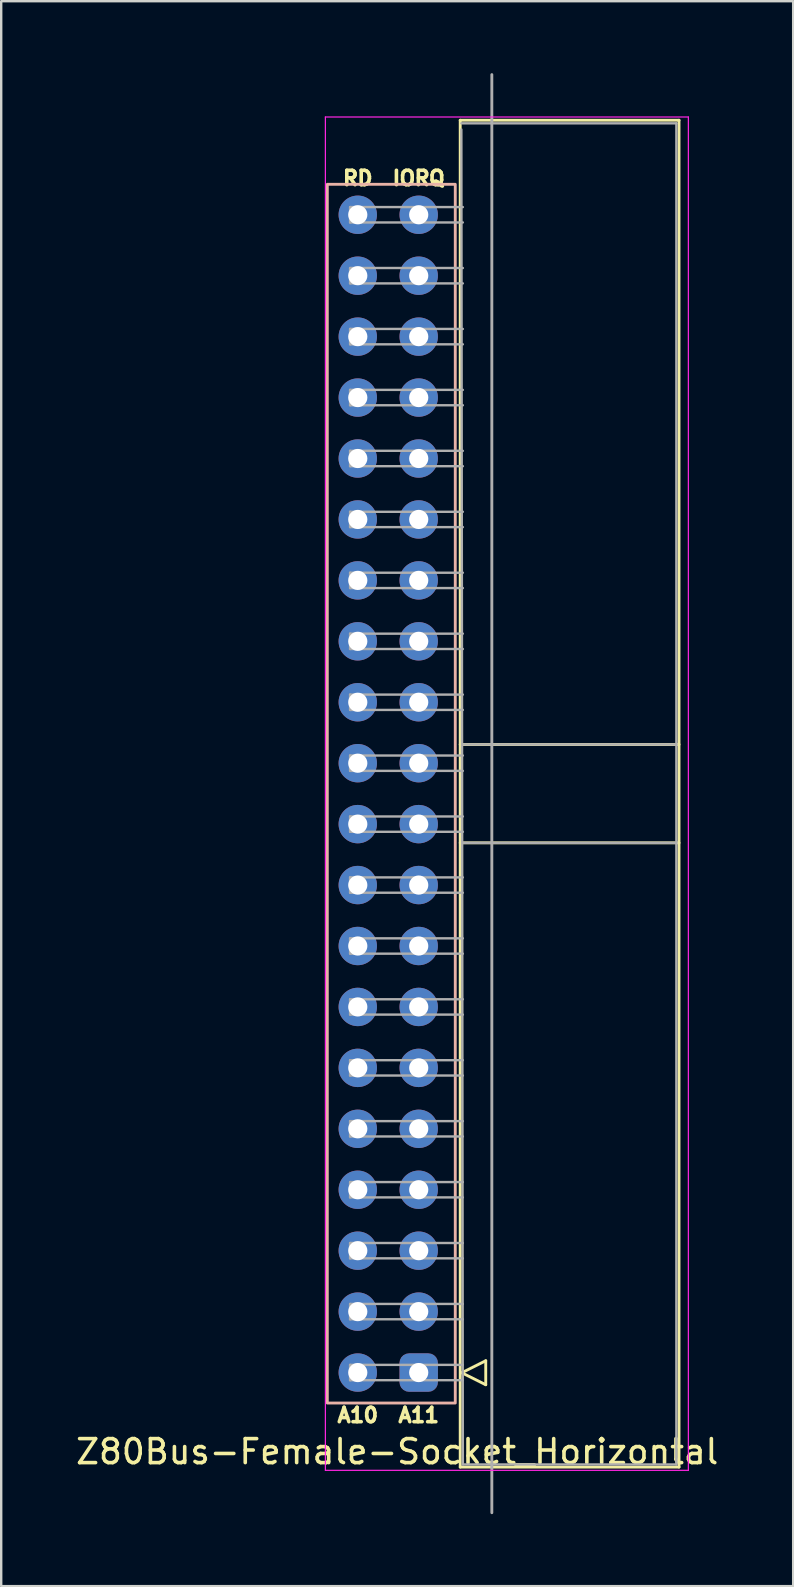
<source format=kicad_pcb>
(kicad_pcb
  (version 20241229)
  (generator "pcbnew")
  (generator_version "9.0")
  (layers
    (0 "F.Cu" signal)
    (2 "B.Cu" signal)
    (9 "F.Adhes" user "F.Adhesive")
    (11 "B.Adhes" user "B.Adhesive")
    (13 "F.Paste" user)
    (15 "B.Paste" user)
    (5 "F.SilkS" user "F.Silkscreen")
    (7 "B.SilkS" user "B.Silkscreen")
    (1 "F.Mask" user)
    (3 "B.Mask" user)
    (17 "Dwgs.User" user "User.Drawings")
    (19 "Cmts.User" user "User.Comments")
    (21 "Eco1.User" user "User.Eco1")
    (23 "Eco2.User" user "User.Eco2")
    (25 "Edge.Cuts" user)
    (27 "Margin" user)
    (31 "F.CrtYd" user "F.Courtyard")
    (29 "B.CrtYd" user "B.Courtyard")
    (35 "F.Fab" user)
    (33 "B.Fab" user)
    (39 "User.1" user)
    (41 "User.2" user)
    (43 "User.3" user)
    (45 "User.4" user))
  (footprint "Z80Bus-Female-Socket_Horizontal"
    (layer "F.Cu")
    (at 13.133 30.032)
    (property "Reference" "Z80Bus-Female-Socket_Horizontal" (at 0.373 27.428 0) (layer "F.SilkS") (effects (font (size 1 1) (thickness 0.15))))
    (attr through_hole)
    (fp_line (start 3 -28.07) (end 12.12 -28.07) (stroke (width 0.12) (type solid)) (layer "F.SilkS"))
    (fp_line (start 3 -2.05) (end 12.12 -2.05) (stroke (width 0.12) (type solid)) (layer "F.SilkS"))
    (fp_line (start 3 2.05) (end 12.12 2.05) (stroke (width 0.12) (type solid)) (layer "F.SilkS"))
    (fp_line (start 3 28.07) (end 3 -28.07) (stroke (width 0.12) (type solid)) (layer "F.SilkS"))
    (fp_line (start 3.064 24.138) (end 4.064 24.638) (stroke (width 0.12) (type solid)) (layer "F.SilkS"))
    (fp_line (start 4.064 23.638) (end 3.064 24.138) (stroke (width 0.12) (type solid)) (layer "F.SilkS"))
    (fp_line (start 4.064 24.638) (end 4.064 23.638) (stroke (width 0.12) (type solid)) (layer "F.SilkS"))
    (fp_line (start 12.12 -28.07) (end 12.12 28.07) (stroke (width 0.12) (type solid)) (layer "F.SilkS"))
    (fp_line (start 12.12 28.07) (end 3 28.07) (stroke (width 0.12) (type solid)) (layer "F.SilkS"))
    (fp_rect (start -2.54 -25.4) (end 2.794 25.4) (stroke (width 0.12) (type solid)) (fill no) (layer "B.SilkS"))
    (fp_line (start -2.62 -28.206) (end -2.62 28.206) (stroke (width 0.05) (type solid)) (layer "F.CrtYd"))
    (fp_line (start -2.62 28.206) (end 12.51 28.206) (stroke (width 0.05) (type solid)) (layer "F.CrtYd"))
    (fp_line (start 12.51 -28.206) (end -2.62 -28.206) (stroke (width 0.05) (type solid)) (layer "F.CrtYd"))
    (fp_line (start 12.51 28.206) (end 12.51 -28.206) (stroke (width 0.05) (type solid)) (layer "F.CrtYd"))
    (fp_line (start -1.59 -24.45) (end -1.59 -23.81) (stroke (width 0.1) (type solid)) (layer "F.Fab"))
    (fp_line (start -1.59 -23.81) (end 3.11 -23.81) (stroke (width 0.1) (type solid)) (layer "F.Fab"))
    (fp_line (start -1.59 -21.91) (end -1.59 -21.27) (stroke (width 0.1) (type solid)) (layer "F.Fab"))
    (fp_line (start -1.59 -21.27) (end 3.11 -21.27) (stroke (width 0.1) (type solid)) (layer "F.Fab"))
    (fp_line (start -1.59 -19.37) (end -1.59 -18.73) (stroke (width 0.1) (type solid)) (layer "F.Fab"))
    (fp_line (start -1.59 -18.73) (end 3.11 -18.73) (stroke (width 0.1) (type solid)) (layer "F.Fab"))
    (fp_line (start -1.59 -16.83) (end -1.59 -16.19) (stroke (width 0.1) (type solid)) (layer "F.Fab"))
    (fp_line (start -1.59 -16.19) (end 3.11 -16.19) (stroke (width 0.1) (type solid)) (layer "F.Fab"))
    (fp_line (start -1.59 -14.29) (end -1.59 -13.65) (stroke (width 0.1) (type solid)) (layer "F.Fab"))
    (fp_line (start -1.59 -13.65) (end 3.11 -13.65) (stroke (width 0.1) (type solid)) (layer "F.Fab"))
    (fp_line (start -1.59 -11.75) (end -1.59 -11.11) (stroke (width 0.1) (type solid)) (layer "F.Fab"))
    (fp_line (start -1.59 -11.11) (end 3.11 -11.11) (stroke (width 0.1) (type solid)) (layer "F.Fab"))
    (fp_line (start -1.59 -9.21) (end -1.59 -8.57) (stroke (width 0.1) (type solid)) (layer "F.Fab"))
    (fp_line (start -1.59 -8.57) (end 3.11 -8.57) (stroke (width 0.1) (type solid)) (layer "F.Fab"))
    (fp_line (start -1.59 -6.67) (end -1.59 -6.03) (stroke (width 0.1) (type solid)) (layer "F.Fab"))
    (fp_line (start -1.59 -6.03) (end 3.11 -6.03) (stroke (width 0.1) (type solid)) (layer "F.Fab"))
    (fp_line (start -1.59 -4.13) (end -1.59 -3.49) (stroke (width 0.1) (type solid)) (layer "F.Fab"))
    (fp_line (start -1.59 -3.49) (end 3.11 -3.49) (stroke (width 0.1) (type solid)) (layer "F.Fab"))
    (fp_line (start -1.59 -1.59) (end -1.59 -0.95) (stroke (width 0.1) (type solid)) (layer "F.Fab"))
    (fp_line (start -1.59 -0.95) (end 3.11 -0.95) (stroke (width 0.1) (type solid)) (layer "F.Fab"))
    (fp_line (start -1.59 0.95) (end -1.59 1.59) (stroke (width 0.1) (type solid)) (layer "F.Fab"))
    (fp_line (start -1.59 1.59) (end 3.11 1.59) (stroke (width 0.1) (type solid)) (layer "F.Fab"))
    (fp_line (start -1.59 3.49) (end -1.59 4.13) (stroke (width 0.1) (type solid)) (layer "F.Fab"))
    (fp_line (start -1.59 4.13) (end 3.11 4.13) (stroke (width 0.1) (type solid)) (layer "F.Fab"))
    (fp_line (start -1.59 6.03) (end -1.59 6.67) (stroke (width 0.1) (type solid)) (layer "F.Fab"))
    (fp_line (start -1.59 6.67) (end 3.11 6.67) (stroke (width 0.1) (type solid)) (layer "F.Fab"))
    (fp_line (start -1.59 8.57) (end -1.59 9.21) (stroke (width 0.1) (type solid)) (layer "F.Fab"))
    (fp_line (start -1.59 9.21) (end 3.11 9.21) (stroke (width 0.1) (type solid)) (layer "F.Fab"))
    (fp_line (start -1.59 11.11) (end -1.59 11.75) (stroke (width 0.1) (type solid)) (layer "F.Fab"))
    (fp_line (start -1.59 11.75) (end 3.11 11.75) (stroke (width 0.1) (type solid)) (layer "F.Fab"))
    (fp_line (start -1.59 13.65) (end -1.59 14.29) (stroke (width 0.1) (type solid)) (layer "F.Fab"))
    (fp_line (start -1.59 14.29) (end 3.11 14.29) (stroke (width 0.1) (type solid)) (layer "F.Fab"))
    (fp_line (start -1.59 16.19) (end -1.59 16.83) (stroke (width 0.1) (type solid)) (layer "F.Fab"))
    (fp_line (start -1.59 16.83) (end 3.11 16.83) (stroke (width 0.1) (type solid)) (layer "F.Fab"))
    (fp_line (start -1.59 18.73) (end -1.59 19.37) (stroke (width 0.1) (type solid)) (layer "F.Fab"))
    (fp_line (start -1.59 19.37) (end 3.11 19.37) (stroke (width 0.1) (type solid)) (layer "F.Fab"))
    (fp_line (start -1.59 21.27) (end -1.59 21.91) (stroke (width 0.1) (type solid)) (layer "F.Fab"))
    (fp_line (start -1.59 21.91) (end 3.11 21.91) (stroke (width 0.1) (type solid)) (layer "F.Fab"))
    (fp_line (start -1.59 23.81) (end -1.59 24.45) (stroke (width 0.1) (type solid)) (layer "F.Fab"))
    (fp_line (start -1.59 24.45) (end 3.11 24.45) (stroke (width 0.1) (type solid)) (layer "F.Fab"))
    (fp_line (start 3.048 -27.94) (end 12.01 -27.94) (stroke (width 0.1) (type solid)) (layer "F.Fab"))
    (fp_line (start 3.11 -24.45) (end -1.59 -24.45) (stroke (width 0.1) (type solid)) (layer "F.Fab"))
    (fp_line (start 3.11 -21.91) (end -1.59 -21.91) (stroke (width 0.1) (type solid)) (layer "F.Fab"))
    (fp_line (start 3.11 -19.37) (end -1.59 -19.37) (stroke (width 0.1) (type solid)) (layer "F.Fab"))
    (fp_line (start 3.11 -16.83) (end -1.59 -16.83) (stroke (width 0.1) (type solid)) (layer "F.Fab"))
    (fp_line (start 3.11 -14.29) (end -1.59 -14.29) (stroke (width 0.1) (type solid)) (layer "F.Fab"))
    (fp_line (start 3.11 -11.75) (end -1.59 -11.75) (stroke (width 0.1) (type solid)) (layer "F.Fab"))
    (fp_line (start 3.11 -9.21) (end -1.59 -9.21) (stroke (width 0.1) (type solid)) (layer "F.Fab"))
    (fp_line (start 3.11 -6.67) (end -1.59 -6.67) (stroke (width 0.1) (type solid)) (layer "F.Fab"))
    (fp_line (start 3.11 -4.13) (end -1.59 -4.13) (stroke (width 0.1) (type solid)) (layer "F.Fab"))
    (fp_line (start 3.11 -2.05) (end 12.01 -2.05) (stroke (width 0.1) (type solid)) (layer "F.Fab"))
    (fp_line (start 3.11 -1.59) (end -1.59 -1.59) (stroke (width 0.1) (type solid)) (layer "F.Fab"))
    (fp_line (start 3.11 0.95) (end -1.59 0.95) (stroke (width 0.1) (type solid)) (layer "F.Fab"))
    (fp_line (start 3.11 2.05) (end 12.01 2.05) (stroke (width 0.1) (type solid)) (layer "F.Fab"))
    (fp_line (start 3.11 3.49) (end -1.59 3.49) (stroke (width 0.1) (type solid)) (layer "F.Fab"))
    (fp_line (start 3.11 6.03) (end -1.59 6.03) (stroke (width 0.1) (type solid)) (layer "F.Fab"))
    (fp_line (start 3.11 8.57) (end -1.59 8.57) (stroke (width 0.1) (type solid)) (layer "F.Fab"))
    (fp_line (start 3.11 11.11) (end -1.59 11.11) (stroke (width 0.1) (type solid)) (layer "F.Fab"))
    (fp_line (start 3.11 13.65) (end -1.59 13.65) (stroke (width 0.1) (type solid)) (layer "F.Fab"))
    (fp_line (start 3.11 16.19) (end -1.59 16.19) (stroke (width 0.1) (type solid)) (layer "F.Fab"))
    (fp_line (start 3.11 18.73) (end -1.59 18.73) (stroke (width 0.1) (type solid)) (layer "F.Fab"))
    (fp_line (start 3.11 21.27) (end -1.59 21.27) (stroke (width 0.1) (type solid)) (layer "F.Fab"))
    (fp_line (start 3.11 23.81) (end -1.59 23.81) (stroke (width 0.1) (type solid)) (layer "F.Fab"))
    (fp_line (start 3.11 27.96) (end 3.048 -27.686) (stroke (width 0.1) (type solid)) (layer "F.Fab"))
    (fp_line (start 4.318 29.972) (end 4.318 -29.972) (stroke (width 0.12) (type solid)) (layer "F.Fab"))
    (fp_line (start 12.01 -27.94) (end 12.01 27.96) (stroke (width 0.1) (type solid)) (layer "F.Fab"))
    (fp_line (start 12.01 27.96) (end 3.11 27.96) (stroke (width 0.1) (type solid)) (layer "F.Fab"))
    (fp_text user "A11" (at 1.27 25.908 0) (unlocked yes) (layer "F.SilkS") (effects (font (size 0.6 0.6) (thickness 0.15))))
    (fp_text user "RD" (at -1.27 -25.654 0) (unlocked yes) (layer "F.SilkS") (effects (font (size 0.6 0.6) (thickness 0.15))))
    (fp_text user "A10" (at -1.27 25.908 0) (unlocked yes) (layer "F.SilkS") (effects (font (size 0.6 0.6) (thickness 0.15))))
    (fp_text user "IORQ" (at 1.27 -25.654 0) (unlocked yes) (layer "F.SilkS") (effects (font (size 0.6 0.6) (thickness 0.15))))
    (pad "+5V" thru_hole oval (at 1.27 -1.27 90) (size 1.6 1.6) (drill 0.8) (layers "*.Cu" "*.Mask"))
    (pad "1" thru_hole roundrect (at 1.27 24.13 90) (size 1.6 1.6) (drill 0.8) (layers "*.Cu" "*.Mask") (roundrect_rratio 0.25))
    (pad "2" thru_hole oval (at 1.27 21.59 90) (size 1.6 1.6) (drill 0.8) (layers "*.Cu" "*.Mask"))
    (pad "3" thru_hole oval (at 1.27 19.05 90) (size 1.6 1.6) (drill 0.8) (layers "*.Cu" "*.Mask"))
    (pad "4" thru_hole oval (at 1.27 16.51 90) (size 1.6 1.6) (drill 0.8) (layers "*.Cu" "*.Mask"))
    (pad "5" thru_hole oval (at 1.27 13.97 90) (size 1.6 1.6) (drill 0.8) (layers "*.Cu" "*.Mask"))
    (pad "6" thru_hole oval (at 1.27 11.43 90) (size 1.6 1.6) (drill 0.8) (layers "*.Cu" "*.Mask"))
    (pad "7" thru_hole oval (at 1.27 8.89 90) (size 1.6 1.6) (drill 0.8) (layers "*.Cu" "*.Mask"))
    (pad "8" thru_hole oval (at 1.27 6.35 90) (size 1.6 1.6) (drill 0.8) (layers "*.Cu" "*.Mask"))
    (pad "9" thru_hole oval (at 1.27 3.81 90) (size 1.6 1.6) (drill 0.8) (layers "*.Cu" "*.Mask"))
    (pad "10" thru_hole oval (at 1.27 1.27 90) (size 1.6 1.6) (drill 0.8) (layers "*.Cu" "*.Mask"))
    (pad "12" thru_hole oval (at 1.27 -3.81 90) (size 1.6 1.6) (drill 0.8) (layers "*.Cu" "*.Mask"))
    (pad "13" thru_hole oval (at 1.27 -6.35 90) (size 1.6 1.6) (drill 0.8) (layers "*.Cu" "*.Mask"))
    (pad "14" thru_hole oval (at 1.27 -8.89 90) (size 1.6 1.6) (drill 0.8) (layers "*.Cu" "*.Mask"))
    (pad "15" thru_hole oval (at 1.27 -11.43 90) (size 1.6 1.6) (drill 0.8) (layers "*.Cu" "*.Mask"))
    (pad "16" thru_hole oval (at 1.27 -13.97 90) (size 1.6 1.6) (drill 0.8) (layers "*.Cu" "*.Mask"))
    (pad "17" thru_hole oval (at 1.27 -16.51 90) (size 1.6 1.6) (drill 0.8) (layers "*.Cu" "*.Mask"))
    (pad "18" thru_hole oval (at 1.27 -19.05 90) (size 1.6 1.6) (drill 0.8) (layers "*.Cu" "*.Mask"))
    (pad "19" thru_hole oval (at 1.27 -21.59 90) (size 1.6 1.6) (drill 0.8) (layers "*.Cu" "*.Mask"))
    (pad "20" thru_hole oval (at 1.27 -24.13 90) (size 1.6 1.6) (drill 0.8) (layers "*.Cu" "*.Mask"))
    (pad "21" thru_hole oval (at -1.27 -24.13 90) (size 1.6 1.6) (drill 0.8) (layers "*.Cu" "*.Mask"))
    (pad "22" thru_hole oval (at -1.27 -21.59 90) (size 1.6 1.6) (drill 0.8) (layers "*.Cu" "*.Mask"))
    (pad "23" thru_hole oval (at -1.27 -19.05 90) (size 1.6 1.6) (drill 0.8) (layers "*.Cu" "*.Mask"))
    (pad "24" thru_hole oval (at -1.27 -16.51 90) (size 1.6 1.6) (drill 0.8) (layers "*.Cu" "*.Mask"))
    (pad "25" thru_hole oval (at -1.27 -13.97 90) (size 1.6 1.6) (drill 0.8) (layers "*.Cu" "*.Mask"))
    (pad "26" thru_hole oval (at -1.27 -11.43 90) (size 1.6 1.6) (drill 0.8) (layers "*.Cu" "*.Mask"))
    (pad "27" thru_hole oval (at -1.27 -8.89 90) (size 1.6 1.6) (drill 0.8) (layers "*.Cu" "*.Mask"))
    (pad "28" thru_hole oval (at -1.27 -6.35 90) (size 1.6 1.6) (drill 0.8) (layers "*.Cu" "*.Mask"))
    (pad "30" thru_hole oval (at -1.27 -1.27 90) (size 1.6 1.6) (drill 0.8) (layers "*.Cu" "*.Mask"))
    (pad "31" thru_hole oval (at -1.27 1.27 90) (size 1.6 1.6) (drill 0.8) (layers "*.Cu" "*.Mask"))
    (pad "32" thru_hole oval (at -1.27 3.81 90) (size 1.6 1.6) (drill 0.8) (layers "*.Cu" "*.Mask"))
    (pad "33" thru_hole oval (at -1.27 6.35 90) (size 1.6 1.6) (drill 0.8) (layers "*.Cu" "*.Mask"))
    (pad "34" thru_hole oval (at -1.27 8.89 90) (size 1.6 1.6) (drill 0.8) (layers "*.Cu" "*.Mask"))
    (pad "35" thru_hole oval (at -1.27 11.43 90) (size 1.6 1.6) (drill 0.8) (layers "*.Cu" "*.Mask"))
    (pad "36" thru_hole oval (at -1.27 13.97 90) (size 1.6 1.6) (drill 0.8) (layers "*.Cu" "*.Mask"))
    (pad "37" thru_hole oval (at -1.27 16.51 90) (size 1.6 1.6) (drill 0.8) (layers "*.Cu" "*.Mask"))
    (pad "38" thru_hole oval (at -1.27 19.05 90) (size 1.6 1.6) (drill 0.8) (layers "*.Cu" "*.Mask"))
    (pad "39" thru_hole oval (at -1.27 21.59 90) (size 1.6 1.6) (drill 0.8) (layers "*.Cu" "*.Mask"))
    (pad "40" thru_hole oval (at -1.27 24.13 90) (size 1.6 1.6) (drill 0.8) (layers "*.Cu" "*.Mask"))
    (pad "GND" thru_hole oval (at -1.27 -3.81 90) (size 1.6 1.6) (drill 0.8) (layers "*.Cu" "*.Mask")))
  (gr_rect
    (start -3 -3)
    (end 30.012 63.064)
    (stroke (width 0.1) (type default))
    (fill no)
    (layer "Edge.Cuts")))
</source>
